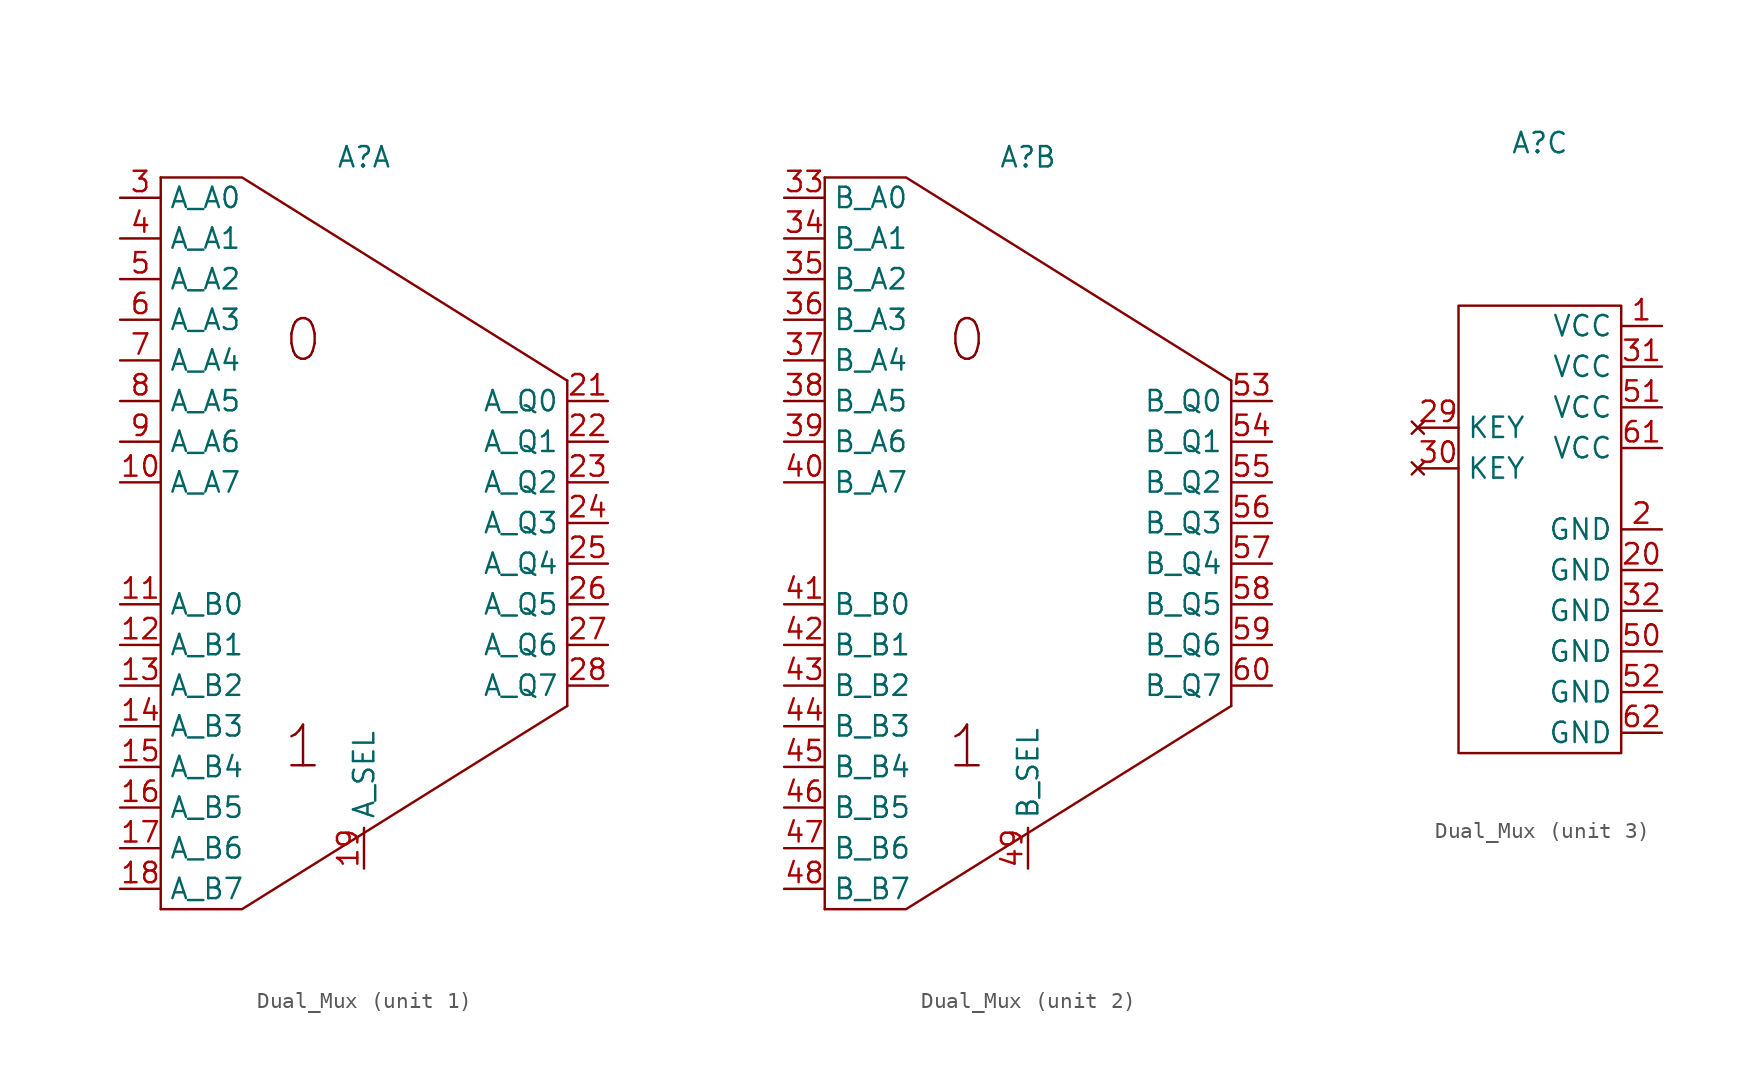
<source format=kicad_sym>
(kicad_symbol_lib
  (version 20220914)
  (generator kicad_symbol_editor)
  (symbol "Dual_Mux"
    (property "Reference" "A"
      (at 0 24.13 0)
      (effects (font (size 1.27 1.27))))
    (property "Value" ""
      (at 6.35 0 0)
      (effects (font (size 1.27 1.27))))
    (property "ki_locked" ""
      (at 0 0 0)
      (effects (font (size 1.27 1.27))))
    (symbol "Dual_Mux_1_1"
      (polyline (pts (xy -12.7 22.86) (xy -12.7 -22.86)) (stroke (width 0) (type default)) (fill (type none)))
      (polyline (pts (xy 12.7 10.16) (xy 12.7 -10.16)) (stroke (width 0) (type default)) (fill (type none)))
      (polyline (pts (xy 12.7 -10.16) (xy -7.62 -22.86) (xy -12.7 -22.86)) (stroke (width 0) (type default)) (fill (type none)))
      (polyline (pts (xy 12.7 10.16) (xy -7.62 22.86) (xy -12.7 22.86)) (stroke (width 0) (type default)) (fill (type none)))
      (text "0" (at -3.81 12.7 0) (effects (font (size 2.54 2.54))))
      (text "1" (at -3.81 -12.7 0) (effects (font (size 2.54 2.54))))
      (pin input line (at -15.24 3.81 0) (length 2.54) (name "A_A7" (effects (font (size 1.27 1.27)))) (number "10" (effects (font (size 1.27 1.27)))))
      (pin input line (at -15.24 -3.81 0) (length 2.54) (name "A_B0" (effects (font (size 1.27 1.27)))) (number "11" (effects (font (size 1.27 1.27)))))
      (pin input line (at -15.24 -6.35 0) (length 2.54) (name "A_B1" (effects (font (size 1.27 1.27)))) (number "12" (effects (font (size 1.27 1.27)))))
      (pin input line (at -15.24 -8.89 0) (length 2.54) (name "A_B2" (effects (font (size 1.27 1.27)))) (number "13" (effects (font (size 1.27 1.27)))))
      (pin input line (at -15.24 -11.43 0) (length 2.54) (name "A_B3" (effects (font (size 1.27 1.27)))) (number "14" (effects (font (size 1.27 1.27)))))
      (pin input line (at -15.24 -13.97 0) (length 2.54) (name "A_B4" (effects (font (size 1.27 1.27)))) (number "15" (effects (font (size 1.27 1.27)))))
      (pin input line (at -15.24 -16.51 0) (length 2.54) (name "A_B5" (effects (font (size 1.27 1.27)))) (number "16" (effects (font (size 1.27 1.27)))))
      (pin input line (at -15.24 -19.05 0) (length 2.54) (name "A_B6" (effects (font (size 1.27 1.27)))) (number "17" (effects (font (size 1.27 1.27)))))
      (pin input line (at -15.24 -21.59 0) (length 2.54) (name "A_B7" (effects (font (size 1.27 1.27)))) (number "18" (effects (font (size 1.27 1.27)))))
      (pin input line (at 0 -20.32 90) (length 2.54) (name "A_SEL" (effects (font (size 1.27 1.27)))) (number "19" (effects (font (size 1.27 1.27)))))
      (pin output line (at 15.24 8.89 180) (length 2.54) (name "A_Q0" (effects (font (size 1.27 1.27)))) (number "21" (effects (font (size 1.27 1.27)))))
      (pin output line (at 15.24 6.35 180) (length 2.54) (name "A_Q1" (effects (font (size 1.27 1.27)))) (number "22" (effects (font (size 1.27 1.27)))))
      (pin output line (at 15.24 3.81 180) (length 2.54) (name "A_Q2" (effects (font (size 1.27 1.27)))) (number "23" (effects (font (size 1.27 1.27)))))
      (pin output line (at 15.24 1.27 180) (length 2.54) (name "A_Q3" (effects (font (size 1.27 1.27)))) (number "24" (effects (font (size 1.27 1.27)))))
      (pin output line (at 15.24 -1.27 180) (length 2.54) (name "A_Q4" (effects (font (size 1.27 1.27)))) (number "25" (effects (font (size 1.27 1.27)))))
      (pin output line (at 15.24 -3.81 180) (length 2.54) (name "A_Q5" (effects (font (size 1.27 1.27)))) (number "26" (effects (font (size 1.27 1.27)))))
      (pin output line (at 15.24 -6.35 180) (length 2.54) (name "A_Q6" (effects (font (size 1.27 1.27)))) (number "27" (effects (font (size 1.27 1.27)))))
      (pin output line (at 15.24 -8.89 180) (length 2.54) (name "A_Q7" (effects (font (size 1.27 1.27)))) (number "28" (effects (font (size 1.27 1.27)))))
      (pin input line (at -15.24 21.59 0) (length 2.54) (name "A_A0" (effects (font (size 1.27 1.27)))) (number "3" (effects (font (size 1.27 1.27)))))
      (pin input line (at -15.24 19.05 0) (length 2.54) (name "A_A1" (effects (font (size 1.27 1.27)))) (number "4" (effects (font (size 1.27 1.27)))))
      (pin input line (at -15.24 16.51 0) (length 2.54) (name "A_A2" (effects (font (size 1.27 1.27)))) (number "5" (effects (font (size 1.27 1.27)))))
      (pin input line (at -15.24 13.97 0) (length 2.54) (name "A_A3" (effects (font (size 1.27 1.27)))) (number "6" (effects (font (size 1.27 1.27)))))
      (pin input line (at -15.24 11.43 0) (length 2.54) (name "A_A4" (effects (font (size 1.27 1.27)))) (number "7" (effects (font (size 1.27 1.27)))))
      (pin input line (at -15.24 8.89 0) (length 2.54) (name "A_A5" (effects (font (size 1.27 1.27)))) (number "8" (effects (font (size 1.27 1.27)))))
      (pin input line (at -15.24 6.35 0) (length 2.54) (name "A_A6" (effects (font (size 1.27 1.27)))) (number "9" (effects (font (size 1.27 1.27))))))
    (symbol "Dual_Mux_2_1"
      (polyline (pts (xy -12.7 22.86) (xy -12.7 -22.86)) (stroke (width 0) (type default)) (fill (type none)))
      (polyline (pts (xy 12.7 10.16) (xy 12.7 -10.16)) (stroke (width 0) (type default)) (fill (type none)))
      (polyline (pts (xy 12.7 -10.16) (xy -7.62 -22.86) (xy -12.7 -22.86)) (stroke (width 0) (type default)) (fill (type none)))
      (polyline (pts (xy 12.7 10.16) (xy -7.62 22.86) (xy -12.7 22.86)) (stroke (width 0) (type default)) (fill (type none)))
      (text "0" (at -3.81 12.7 0) (effects (font (size 2.54 2.54))))
      (text "1" (at -3.81 -12.7 0) (effects (font (size 2.54 2.54))))
      (pin input line (at -15.24 21.59 0) (length 2.54) (name "B_A0" (effects (font (size 1.27 1.27)))) (number "33" (effects (font (size 1.27 1.27)))))
      (pin input line (at -15.24 19.05 0) (length 2.54) (name "B_A1" (effects (font (size 1.27 1.27)))) (number "34" (effects (font (size 1.27 1.27)))))
      (pin input line (at -15.24 16.51 0) (length 2.54) (name "B_A2" (effects (font (size 1.27 1.27)))) (number "35" (effects (font (size 1.27 1.27)))))
      (pin input line (at -15.24 13.97 0) (length 2.54) (name "B_A3" (effects (font (size 1.27 1.27)))) (number "36" (effects (font (size 1.27 1.27)))))
      (pin input line (at -15.24 11.43 0) (length 2.54) (name "B_A4" (effects (font (size 1.27 1.27)))) (number "37" (effects (font (size 1.27 1.27)))))
      (pin input line (at -15.24 8.89 0) (length 2.54) (name "B_A5" (effects (font (size 1.27 1.27)))) (number "38" (effects (font (size 1.27 1.27)))))
      (pin input line (at -15.24 6.35 0) (length 2.54) (name "B_A6" (effects (font (size 1.27 1.27)))) (number "39" (effects (font (size 1.27 1.27)))))
      (pin input line (at -15.24 3.81 0) (length 2.54) (name "B_A7" (effects (font (size 1.27 1.27)))) (number "40" (effects (font (size 1.27 1.27)))))
      (pin input line (at -15.24 -3.81 0) (length 2.54) (name "B_B0" (effects (font (size 1.27 1.27)))) (number "41" (effects (font (size 1.27 1.27)))))
      (pin input line (at -15.24 -6.35 0) (length 2.54) (name "B_B1" (effects (font (size 1.27 1.27)))) (number "42" (effects (font (size 1.27 1.27)))))
      (pin input line (at -15.24 -8.89 0) (length 2.54) (name "B_B2" (effects (font (size 1.27 1.27)))) (number "43" (effects (font (size 1.27 1.27)))))
      (pin input line (at -15.24 -11.43 0) (length 2.54) (name "B_B3" (effects (font (size 1.27 1.27)))) (number "44" (effects (font (size 1.27 1.27)))))
      (pin input line (at -15.24 -13.97 0) (length 2.54) (name "B_B4" (effects (font (size 1.27 1.27)))) (number "45" (effects (font (size 1.27 1.27)))))
      (pin input line (at -15.24 -16.51 0) (length 2.54) (name "B_B5" (effects (font (size 1.27 1.27)))) (number "46" (effects (font (size 1.27 1.27)))))
      (pin input line (at -15.24 -19.05 0) (length 2.54) (name "B_B6" (effects (font (size 1.27 1.27)))) (number "47" (effects (font (size 1.27 1.27)))))
      (pin input line (at -15.24 -21.59 0) (length 2.54) (name "B_B7" (effects (font (size 1.27 1.27)))) (number "48" (effects (font (size 1.27 1.27)))))
      (pin input line (at 0 -20.32 90) (length 2.54) (name "B_SEL" (effects (font (size 1.27 1.27)))) (number "49" (effects (font (size 1.27 1.27)))))
      (pin output line (at 15.24 8.89 180) (length 2.54) (name "B_Q0" (effects (font (size 1.27 1.27)))) (number "53" (effects (font (size 1.27 1.27)))))
      (pin output line (at 15.24 6.35 180) (length 2.54) (name "B_Q1" (effects (font (size 1.27 1.27)))) (number "54" (effects (font (size 1.27 1.27)))))
      (pin output line (at 15.24 3.81 180) (length 2.54) (name "B_Q2" (effects (font (size 1.27 1.27)))) (number "55" (effects (font (size 1.27 1.27)))))
      (pin output line (at 15.24 1.27 180) (length 2.54) (name "B_Q3" (effects (font (size 1.27 1.27)))) (number "56" (effects (font (size 1.27 1.27)))))
      (pin output line (at 15.24 -1.27 180) (length 2.54) (name "B_Q4" (effects (font (size 1.27 1.27)))) (number "57" (effects (font (size 1.27 1.27)))))
      (pin output line (at 15.24 -3.81 180) (length 2.54) (name "B_Q5" (effects (font (size 1.27 1.27)))) (number "58" (effects (font (size 1.27 1.27)))))
      (pin output line (at 15.24 -6.35 180) (length 2.54) (name "B_Q6" (effects (font (size 1.27 1.27)))) (number "59" (effects (font (size 1.27 1.27)))))
      (pin output line (at 15.24 -8.89 180) (length 2.54) (name "B_Q7" (effects (font (size 1.27 1.27)))) (number "60" (effects (font (size 1.27 1.27))))))
    (symbol "Dual_Mux_3_1"
      (rectangle (start -5.08 13.97) (end 5.08 -13.97) (stroke (width 0) (type default)) (fill (type none)))
      (pin power_in line (at 7.62 12.7 180) (length 2.54) (name "VCC" (effects (font (size 1.27 1.27)))) (number "1" (effects (font (size 1.27 1.27)))))
      (pin power_in line (at 7.62 0 180) (length 2.54) (name "GND" (effects (font (size 1.27 1.27)))) (number "2" (effects (font (size 1.27 1.27)))))
      (pin power_in line (at 7.62 -2.54 180) (length 2.54) (name "GND" (effects (font (size 1.27 1.27)))) (number "20" (effects (font (size 1.27 1.27)))))
      (pin no_connect line (at -7.62 6.35 0) (length 2.54) (name "KEY" (effects (font (size 1.27 1.27)))) (number "29" (effects (font (size 1.27 1.27)))))
      (pin no_connect line (at -7.62 3.81 0) (length 2.54) (name "KEY" (effects (font (size 1.27 1.27)))) (number "30" (effects (font (size 1.27 1.27)))))
      (pin power_in line (at 7.62 10.16 180) (length 2.54) (name "VCC" (effects (font (size 1.27 1.27)))) (number "31" (effects (font (size 1.27 1.27)))))
      (pin power_in line (at 7.62 -5.08 180) (length 2.54) (name "GND" (effects (font (size 1.27 1.27)))) (number "32" (effects (font (size 1.27 1.27)))))
      (pin power_in line (at 7.62 -7.62 180) (length 2.54) (name "GND" (effects (font (size 1.27 1.27)))) (number "50" (effects (font (size 1.27 1.27)))))
      (pin power_in line (at 7.62 7.62 180) (length 2.54) (name "VCC" (effects (font (size 1.27 1.27)))) (number "51" (effects (font (size 1.27 1.27)))))
      (pin power_in line (at 7.62 -10.16 180) (length 2.54) (name "GND" (effects (font (size 1.27 1.27)))) (number "52" (effects (font (size 1.27 1.27)))))
      (pin power_in line (at 7.62 5.08 180) (length 2.54) (name "VCC" (effects (font (size 1.27 1.27)))) (number "61" (effects (font (size 1.27 1.27)))))
      (pin power_in line (at 7.62 -12.7 180) (length 2.54) (name "GND" (effects (font (size 1.27 1.27)))) (number "62" (effects (font (size 1.27 1.27))))))))
</source>
